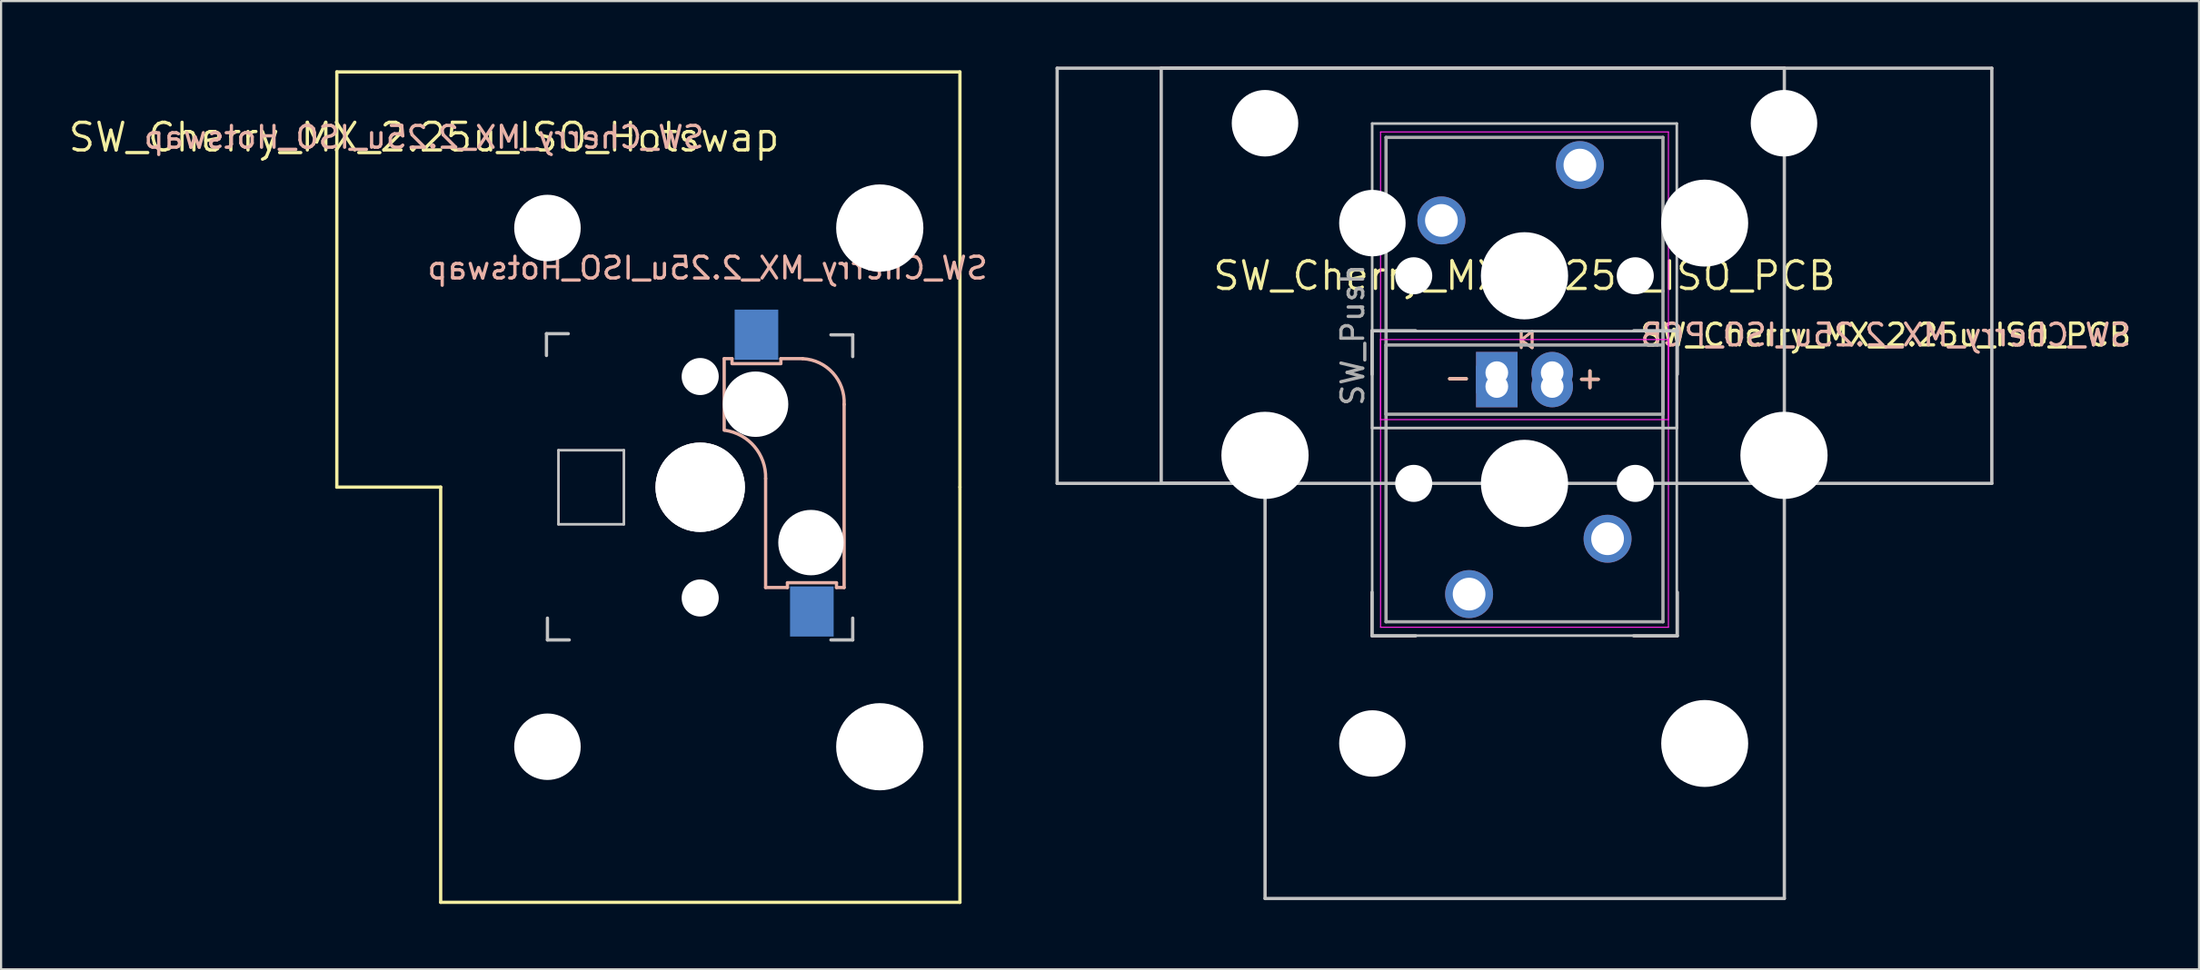
<source format=kicad_pcb>
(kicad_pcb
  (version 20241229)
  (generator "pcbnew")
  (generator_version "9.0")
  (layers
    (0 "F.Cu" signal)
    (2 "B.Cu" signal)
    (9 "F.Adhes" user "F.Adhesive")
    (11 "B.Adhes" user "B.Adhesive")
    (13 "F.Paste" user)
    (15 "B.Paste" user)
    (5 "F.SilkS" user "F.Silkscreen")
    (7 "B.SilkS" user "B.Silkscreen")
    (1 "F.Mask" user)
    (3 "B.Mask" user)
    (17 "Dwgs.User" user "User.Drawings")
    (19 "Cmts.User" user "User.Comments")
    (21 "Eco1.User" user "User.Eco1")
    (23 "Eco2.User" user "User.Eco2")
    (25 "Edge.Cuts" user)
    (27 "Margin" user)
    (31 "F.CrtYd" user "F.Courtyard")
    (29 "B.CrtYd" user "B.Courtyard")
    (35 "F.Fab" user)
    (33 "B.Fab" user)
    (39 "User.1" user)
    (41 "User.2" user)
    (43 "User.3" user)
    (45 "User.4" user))
  (footprint "SW_Cherry_MX_2.25u_ISO_PCB"
    (layer "F.Cu")
    (at 66.861 9.604)
    (property "Reference" "SW_Cherry_MX_2.25u_ISO_PCB" (at 0 0 0) (layer "F.SilkS") (effects (font (size 1.27 1.27) (thickness 0.15))))
    (attr through_hole)
    (fp_line (start -0.15 2.95) (end 0.35 3.3) (stroke (width 0.12) (type solid)) (layer "F.SilkS"))
    (fp_line (start -0.15 3.3) (end -0.15 2.55) (stroke (width 0.12) (type solid)) (layer "F.SilkS"))
    (fp_line (start 0.35 2.55) (end -0.15 2.95) (stroke (width 0.12) (type solid)) (layer "F.SilkS"))
    (fp_line (start 0.35 3.3) (end 0.35 2.55) (stroke (width 0.12) (type solid)) (layer "F.SilkS"))
    (fp_line (start -0.15 2.95) (end 0.35 3.3) (stroke (width 0.12) (type solid)) (layer "B.SilkS"))
    (fp_line (start -0.15 3.3) (end -0.15 2.55) (stroke (width 0.12) (type solid)) (layer "B.SilkS"))
    (fp_line (start 0.35 2.55) (end -0.15 2.95) (stroke (width 0.12) (type solid)) (layer "B.SilkS"))
    (fp_line (start 0.35 3.3) (end 0.35 2.55) (stroke (width 0.12) (type solid)) (layer "B.SilkS"))
    (fp_line (start -21.431 -9.525) (end 21.431 -9.525) (stroke (width 0.15) (type solid)) (layer "Dwgs.User"))
    (fp_line (start -21.431 9.525) (end -21.431 -9.525) (stroke (width 0.15) (type solid)) (layer "Dwgs.User"))
    (fp_line (start -16.659 -9.529) (end -16.659 9.521) (stroke (width 0.15) (type solid)) (layer "Dwgs.User"))
    (fp_line (start -16.659 -9.529) (end 11.916 -9.529) (stroke (width 0.15) (type solid)) (layer "Dwgs.User"))
    (fp_line (start -11.897 9.521) (end -16.659 9.521) (stroke (width 0.15) (type solid)) (layer "Dwgs.User"))
    (fp_line (start -11.897 28.571) (end -11.897 9.521) (stroke (width 0.15) (type solid)) (layer "Dwgs.User"))
    (fp_line (start -11.897 28.571) (end 11.916 28.571) (stroke (width 0.15) (type solid)) (layer "Dwgs.User"))
    (fp_line (start -6.991 2.521) (end -6.991 4.521) (stroke (width 0.15) (type solid)) (layer "Dwgs.User"))
    (fp_line (start -6.991 14.521) (end -6.991 16.521) (stroke (width 0.15) (type solid)) (layer "Dwgs.User"))
    (fp_line (start -6.991 16.521) (end -4.991 16.521) (stroke (width 0.15) (type solid)) (layer "Dwgs.User"))
    (fp_line (start -6.985 -6.985) (end 6.985 -6.985) (stroke (width 0.12) (type solid)) (layer "Dwgs.User"))
    (fp_line (start -6.985 2.54) (end 6.985 2.54) (stroke (width 0.12) (type solid)) (layer "Dwgs.User"))
    (fp_line (start -6.985 6.985) (end -6.985 -6.985) (stroke (width 0.12) (type solid)) (layer "Dwgs.User"))
    (fp_line (start -6.985 16.51) (end -6.985 2.54) (stroke (width 0.12) (type solid)) (layer "Dwgs.User"))
    (fp_line (start -4.991 2.521) (end -6.991 2.521) (stroke (width 0.15) (type solid)) (layer "Dwgs.User"))
    (fp_line (start 5.009 2.521) (end 7.009 2.521) (stroke (width 0.15) (type solid)) (layer "Dwgs.User"))
    (fp_line (start 5.009 16.521) (end 7.009 16.521) (stroke (width 0.15) (type solid)) (layer "Dwgs.User"))
    (fp_line (start 6.985 -6.985) (end 6.985 6.985) (stroke (width 0.12) (type solid)) (layer "Dwgs.User"))
    (fp_line (start 6.985 2.54) (end 6.985 16.51) (stroke (width 0.12) (type solid)) (layer "Dwgs.User"))
    (fp_line (start 6.985 6.985) (end -6.985 6.985) (stroke (width 0.12) (type solid)) (layer "Dwgs.User"))
    (fp_line (start 6.985 16.51) (end -6.985 16.51) (stroke (width 0.12) (type solid)) (layer "Dwgs.User"))
    (fp_line (start 7.009 2.521) (end 7.009 4.521) (stroke (width 0.15) (type solid)) (layer "Dwgs.User"))
    (fp_line (start 7.009 16.521) (end 7.009 14.521) (stroke (width 0.15) (type solid)) (layer "Dwgs.User"))
    (fp_line (start 11.916 -9.529) (end 11.916 28.571) (stroke (width 0.15) (type solid)) (layer "Dwgs.User"))
    (fp_line (start 21.431 -9.525) (end 21.431 9.525) (stroke (width 0.15) (type solid)) (layer "Dwgs.User"))
    (fp_line (start 21.431 9.525) (end -21.431 9.525) (stroke (width 0.15) (type solid)) (layer "Dwgs.User"))
    (fp_line (start -16.129 -2.286) (end -15.265 -2.286) (stroke (width 0.05) (type solid)) (layer "Eco1.User"))
    (fp_line (start -16.129 0.508) (end -16.129 -2.286) (stroke (width 0.05) (type solid)) (layer "Eco1.User"))
    (fp_line (start -15.265 -5.69) (end -8.611 -5.69) (stroke (width 0.05) (type solid)) (layer "Eco1.User"))
    (fp_line (start -15.265 -2.286) (end -15.265 -5.69) (stroke (width 0.05) (type solid)) (layer "Eco1.User"))
    (fp_line (start -15.265 0.508) (end -16.129 0.508) (stroke (width 0.05) (type solid)) (layer "Eco1.User"))
    (fp_line (start -15.265 6.604) (end -15.265 0.508) (stroke (width 0.05) (type solid)) (layer "Eco1.User"))
    (fp_line (start -14.224 6.604) (end -15.265 6.604) (stroke (width 0.05) (type solid)) (layer "Eco1.User"))
    (fp_line (start -14.224 7.772) (end -14.224 6.604) (stroke (width 0.05) (type solid)) (layer "Eco1.User"))
    (fp_line (start -9.652 6.604) (end -9.652 7.772) (stroke (width 0.05) (type solid)) (layer "Eco1.User"))
    (fp_line (start -9.652 7.772) (end -14.224 7.772) (stroke (width 0.05) (type solid)) (layer "Eco1.User"))
    (fp_line (start -8.611 -5.69) (end -8.611 -4.877) (stroke (width 0.05) (type solid)) (layer "Eco1.User"))
    (fp_line (start -8.611 -4.877) (end -6.985 -4.877) (stroke (width 0.05) (type solid)) (layer "Eco1.User"))
    (fp_line (start -8.611 5.817) (end -8.611 6.604) (stroke (width 0.05) (type solid)) (layer "Eco1.User"))
    (fp_line (start -8.611 6.604) (end -9.652 6.604) (stroke (width 0.05) (type solid)) (layer "Eco1.User"))
    (fp_line (start -6.985 -6.985) (end 7 -6.985) (stroke (width 0.05) (type solid)) (layer "Eco1.User"))
    (fp_line (start -6.985 -4.877) (end -6.985 -6.985) (stroke (width 0.05) (type solid)) (layer "Eco1.User"))
    (fp_line (start -6.985 5.817) (end -8.611 5.817) (stroke (width 0.05) (type solid)) (layer "Eco1.User"))
    (fp_line (start -6.985 16.51) (end -6.985 5.817) (stroke (width 0.05) (type solid)) (layer "Eco1.User"))
    (fp_line (start -5.69 18.136) (end -4.877 18.136) (stroke (width 0.05) (type solid)) (layer "Eco1.User"))
    (fp_line (start -5.69 24.79) (end -5.69 18.136) (stroke (width 0.05) (type solid)) (layer "Eco1.User"))
    (fp_line (start -4.877 16.51) (end -6.985 16.51) (stroke (width 0.05) (type solid)) (layer "Eco1.User"))
    (fp_line (start -4.877 18.136) (end -4.877 16.51) (stroke (width 0.05) (type solid)) (layer "Eco1.User"))
    (fp_line (start -2.286 24.79) (end -5.69 24.79) (stroke (width 0.05) (type solid)) (layer "Eco1.User"))
    (fp_line (start -2.286 25.654) (end -2.286 24.79) (stroke (width 0.05) (type solid)) (layer "Eco1.User"))
    (fp_line (start 0.508 24.79) (end 0.508 25.654) (stroke (width 0.05) (type solid)) (layer "Eco1.User"))
    (fp_line (start 0.508 25.654) (end -2.286 25.654) (stroke (width 0.05) (type solid)) (layer "Eco1.User"))
    (fp_line (start 5.817 16.51) (end 5.817 18.136) (stroke (width 0.05) (type solid)) (layer "Eco1.User"))
    (fp_line (start 5.817 18.136) (end 6.604 18.136) (stroke (width 0.05) (type solid)) (layer "Eco1.User"))
    (fp_line (start 6.604 18.136) (end 6.604 19.177) (stroke (width 0.05) (type solid)) (layer "Eco1.User"))
    (fp_line (start 6.604 19.177) (end 7.772 19.177) (stroke (width 0.05) (type solid)) (layer "Eco1.User"))
    (fp_line (start 6.604 23.749) (end 6.604 24.79) (stroke (width 0.05) (type solid)) (layer "Eco1.User"))
    (fp_line (start 6.604 24.79) (end 0.508 24.79) (stroke (width 0.05) (type solid)) (layer "Eco1.User"))
    (fp_line (start 7 -6.985) (end 7 -4.877) (stroke (width 0.05) (type solid)) (layer "Eco1.User"))
    (fp_line (start 7 -4.877) (end 8.611 -4.877) (stroke (width 0.05) (type solid)) (layer "Eco1.User"))
    (fp_line (start 7 5.817) (end 7 16.51) (stroke (width 0.05) (type solid)) (layer "Eco1.User"))
    (fp_line (start 7 16.51) (end 5.817 16.51) (stroke (width 0.05) (type solid)) (layer "Eco1.User"))
    (fp_line (start 7.772 19.177) (end 7.772 23.749) (stroke (width 0.05) (type solid)) (layer "Eco1.User"))
    (fp_line (start 7.772 23.749) (end 6.604 23.749) (stroke (width 0.05) (type solid)) (layer "Eco1.User"))
    (fp_line (start 8.611 -5.69) (end 15.265 -5.69) (stroke (width 0.05) (type solid)) (layer "Eco1.User"))
    (fp_line (start 8.611 -4.877) (end 8.611 -5.69) (stroke (width 0.05) (type solid)) (layer "Eco1.User"))
    (fp_line (start 8.611 5.817) (end 7 5.817) (stroke (width 0.05) (type solid)) (layer "Eco1.User"))
    (fp_line (start 8.611 6.604) (end 8.611 5.817) (stroke (width 0.05) (type solid)) (layer "Eco1.User"))
    (fp_line (start 9.652 6.604) (end 8.611 6.604) (stroke (width 0.05) (type solid)) (layer "Eco1.User"))
    (fp_line (start 9.652 7.772) (end 9.652 6.604) (stroke (width 0.05) (type solid)) (layer "Eco1.User"))
    (fp_line (start 14.224 6.604) (end 14.224 7.772) (stroke (width 0.05) (type solid)) (layer "Eco1.User"))
    (fp_line (start 14.224 7.772) (end 9.652 7.772) (stroke (width 0.05) (type solid)) (layer "Eco1.User"))
    (fp_line (start 15.265 -5.69) (end 15.265 -2.286) (stroke (width 0.05) (type solid)) (layer "Eco1.User"))
    (fp_line (start 15.265 -2.286) (end 16.129 -2.286) (stroke (width 0.05) (type solid)) (layer "Eco1.User"))
    (fp_line (start 15.265 0.508) (end 15.265 6.604) (stroke (width 0.05) (type solid)) (layer "Eco1.User"))
    (fp_line (start 15.265 6.604) (end 14.224 6.604) (stroke (width 0.05) (type solid)) (layer "Eco1.User"))
    (fp_line (start 16.129 -2.286) (end 16.129 0.508) (stroke (width 0.05) (type solid)) (layer "Eco1.User"))
    (fp_line (start 16.129 0.508) (end 15.265 0.508) (stroke (width 0.05) (type solid)) (layer "Eco1.User"))
    (fp_line (start -6.6 -6.6) (end 6.6 -6.6) (stroke (width 0.05) (type solid)) (layer "F.CrtYd"))
    (fp_line (start -6.6 2.925) (end 6.6 2.925) (stroke (width 0.05) (type solid)) (layer "F.CrtYd"))
    (fp_line (start -6.6 6.6) (end -6.6 -6.6) (stroke (width 0.05) (type solid)) (layer "F.CrtYd"))
    (fp_line (start -6.6 16.125) (end -6.6 2.925) (stroke (width 0.05) (type solid)) (layer "F.CrtYd"))
    (fp_line (start 6.6 -6.6) (end 6.6 6.6) (stroke (width 0.05) (type solid)) (layer "F.CrtYd"))
    (fp_line (start 6.6 2.925) (end 6.6 16.125) (stroke (width 0.05) (type solid)) (layer "F.CrtYd"))
    (fp_line (start 6.6 6.6) (end -6.6 6.6) (stroke (width 0.05) (type solid)) (layer "F.CrtYd"))
    (fp_line (start 6.6 16.125) (end -6.6 16.125) (stroke (width 0.05) (type solid)) (layer "F.CrtYd"))
    (fp_line (start -6.35 -6.35) (end 6.35 -6.35) (stroke (width 0.15) (type solid)) (layer "F.Fab"))
    (fp_line (start -6.35 3.175) (end 6.35 3.175) (stroke (width 0.15) (type solid)) (layer "F.Fab"))
    (fp_line (start -6.35 6.35) (end -6.35 -6.35) (stroke (width 0.15) (type solid)) (layer "F.Fab"))
    (fp_line (start -6.35 15.875) (end -6.35 3.175) (stroke (width 0.15) (type solid)) (layer "F.Fab"))
    (fp_line (start 6.35 -6.35) (end 6.35 6.35) (stroke (width 0.15) (type solid)) (layer "F.Fab"))
    (fp_line (start 6.35 3.175) (end 6.35 15.875) (stroke (width 0.15) (type solid)) (layer "F.Fab"))
    (fp_line (start 6.35 6.35) (end -6.35 6.35) (stroke (width 0.15) (type solid)) (layer "F.Fab"))
    (fp_line (start 6.35 15.875) (end -6.35 15.875) (stroke (width 0.15) (type solid)) (layer "F.Fab"))
    (fp_text user "${REFERENCE}" (at 16.57 2.714 0) (layer "F.SilkS") (effects (font (size 1 1) (thickness 0.15))))
    (fp_text user "-" (at -3.05 4.65 0) (layer "F.SilkS") (effects (font (size 1 1) (thickness 0.15))))
    (fp_text user "+" (at 3 4.675 0) (layer "F.SilkS") (effects (font (size 1 1) (thickness 0.15))))
    (fp_text user "-" (at -3.05 4.65 0) (layer "B.SilkS") (effects (font (size 1 1) (thickness 0.15))))
    (fp_text user "+" (at 3 4.675 0) (layer "B.SilkS") (effects (font (size 1 1) (thickness 0.15))))
    (fp_text user "${REFERENCE}" (at 16.57 2.714 0) (layer "B.SilkS") (effects (font (size 1 1) (thickness 0.15)) (justify mirror)))
    (fp_text user "SW_Push" (at -7.874 2.718 90) (layer "F.Fab") (effects (font (size 1 1) (thickness 0.15))))
    (pad "" np_thru_hole circle (at -11.9 -7) (size 3.05 3.05) (drill 3.05) (layers "*.Cu" "*.Mask"))
    (pad "" np_thru_hole circle (at -11.9 8.24) (size 4 4) (drill 4) (layers "*.Cu" "*.Mask"))
    (pad "" np_thru_hole circle (at -6.976 -2.417) (size 3.048 3.048) (drill 3.048) (layers "*.Cu" "*.Mask"))
    (pad "" np_thru_hole circle (at -6.976 21.459) (size 3.048 3.048) (drill 3.048) (layers "*.Cu" "*.Mask"))
    (pad "" np_thru_hole circle (at -5.08 0) (size 1.7 1.7) (drill 1.7) (layers "*.Cu" "*.Mask"))
    (pad "" np_thru_hole circle (at -5.08 9.525 180) (size 1.7 1.7) (drill 1.7) (layers "*.Cu" "*.Mask"))
    (pad "" np_thru_hole circle (at 0 0) (size 4 4) (drill 4) (layers "*.Cu" "*.Mask"))
    (pad "" np_thru_hole circle (at 0 9.525 180) (size 4 4) (drill 4) (layers "*.Cu" "*.Mask"))
    (pad "" np_thru_hole circle (at 5.08 0) (size 1.7 1.7) (drill 1.7) (layers "*.Cu" "*.Mask"))
    (pad "" np_thru_hole circle (at 5.08 9.525 180) (size 1.7 1.7) (drill 1.7) (layers "*.Cu" "*.Mask"))
    (pad "" np_thru_hole circle (at 8.264 -2.417) (size 3.988 3.988) (drill 3.988) (layers "*.Cu" "*.Mask"))
    (pad "" np_thru_hole circle (at 8.264 21.459) (size 3.988 3.988) (drill 3.988) (layers "*.Cu" "*.Mask"))
    (pad "" np_thru_hole circle (at 11.9 -7) (size 3.05 3.05) (drill 3.05) (layers "*.Cu" "*.Mask"))
    (pad "" np_thru_hole circle (at 11.9 8.24) (size 4 4) (drill 4) (layers "*.Cu" "*.Mask"))
    (pad "1" thru_hole circle (at -2.54 14.605 180) (size 2.2 2.2) (drill 1.5) (layers "*.Cu" "*.Mask"))
    (pad "1" thru_hole circle (at 2.54 -5.08) (size 2.2 2.2) (drill 1.5) (layers "*.Cu" "*.Mask"))
    (pad "2" thru_hole circle (at -3.81 -2.54) (size 2.2 2.2) (drill 1.5) (layers "*.Cu" "*.Mask"))
    (pad "2" thru_hole circle (at 3.81 12.065 180) (size 2.2 2.2) (drill 1.5) (layers "*.Cu" "*.Mask"))
    (pad "3" thru_hole circle (at 1.27 4.445 180) (size 1.905 1.905) (drill 1.04) (layers "*.Cu" "*.Mask"))
    (pad "3" thru_hole circle (at 1.27 5.08) (size 1.905 1.905) (drill 1.04) (layers "*.Cu" "*.Mask"))
    (pad "4" thru_hole rect (at -1.27 4.445 180) (size 1.905 1.905) (drill 1.04) (layers "*.Cu" "*.Mask"))
    (pad "4" thru_hole rect (at -1.27 5.08) (size 1.905 1.905) (drill 1.04) (layers "*.Cu" "*.Mask")))
  (footprint "SW_Cherry_MX_2.25u_ISO_Hotswap"
    (layer "F.Cu")
    (at 12.396 0.25)
    (property "Reference" "SW_Cherry_MX_2.25u_ISO_Hotswap" (at 4 3 0) (layer "F.SilkS") (effects (font (size 1.27 1.27) (thickness 0.15))))
    (attr smd)
    (fp_line (start 0 0) (end 28.575 0) (stroke (width 0.15) (type solid)) (layer "F.SilkS"))
    (fp_line (start 0 19.05) (end 0 0) (stroke (width 0.15) (type solid)) (layer "F.SilkS"))
    (fp_line (start 0 19.05) (end 4.763 19.05) (stroke (width 0.15) (type solid)) (layer "F.SilkS"))
    (fp_line (start 4.763 19.05) (end 4.763 38.1) (stroke (width 0.15) (type solid)) (layer "F.SilkS"))
    (fp_line (start 4.763 38.1) (end 28.575 38.1) (stroke (width 0.15) (type solid)) (layer "F.SilkS"))
    (fp_line (start 28.575 0) (end 28.575 19.05) (stroke (width 0.15) (type solid)) (layer "F.SilkS"))
    (fp_line (start 28.575 19.05) (end 28.575 38.1) (stroke (width 0.15) (type solid)) (layer "F.SilkS"))
    (fp_line (start 17.764 13.156) (end 17.764 16.436) (stroke (width 0.15) (type solid)) (layer "B.SilkS"))
    (fp_line (start 17.764 13.156) (end 18.124 13.156) (stroke (width 0.15) (type solid)) (layer "B.SilkS"))
    (fp_line (start 18.124 13.357) (end 18.124 13.156) (stroke (width 0.15) (type solid)) (layer "B.SilkS"))
    (fp_line (start 19.664 18.657) (end 19.664 23.657) (stroke (width 0.15) (type solid)) (layer "B.SilkS"))
    (fp_line (start 19.664 23.657) (end 20.664 23.657) (stroke (width 0.15) (type solid)) (layer "B.SilkS"))
    (fp_line (start 20.364 13.156) (end 20.364 13.357) (stroke (width 0.15) (type solid)) (layer "B.SilkS"))
    (fp_line (start 20.364 13.386) (end 18.124 13.386) (stroke (width 0.15) (type solid)) (layer "B.SilkS"))
    (fp_line (start 20.664 23.436) (end 22.914 23.436) (stroke (width 0.15) (type solid)) (layer "B.SilkS"))
    (fp_line (start 20.664 23.657) (end 20.664 23.456) (stroke (width 0.15) (type solid)) (layer "B.SilkS"))
    (fp_line (start 21.364 13.156) (end 20.364 13.156) (stroke (width 0.15) (type solid)) (layer "B.SilkS"))
    (fp_line (start 22.914 23.456) (end 22.914 23.657) (stroke (width 0.15) (type solid)) (layer "B.SilkS"))
    (fp_line (start 22.914 23.657) (end 23.264 23.657) (stroke (width 0.15) (type solid)) (layer "B.SilkS"))
    (fp_line (start 23.264 23.657) (end 23.264 15.256) (stroke (width 0.15) (type solid)) (layer "B.SilkS"))
    (fp_arc (start 17.785821 16.440182) (mid 19.150468 17.187791) (end 19.66435 18.6565) (stroke (width 0.15) (type solid)) (layer "B.SilkS"))
    (fp_arc (start 21.364349 13.1565) (mid 22.749274 13.812996) (end 23.26435 15.256499) (stroke (width 0.15) (type solid)) (layer "B.SilkS"))
    (fp_line (start 9.614 12.011) (end 9.614 13.011) (stroke (width 0.15) (type solid)) (layer "Dwgs.User"))
    (fp_line (start 9.614 12.011) (end 10.614 12.011) (stroke (width 0.15) (type solid)) (layer "Dwgs.User"))
    (fp_line (start 9.659 26.061) (end 9.659 25.061) (stroke (width 0.15) (type solid)) (layer "Dwgs.User"))
    (fp_line (start 10.164 17.357) (end 13.164 17.357) (stroke (width 0.12) (type solid)) (layer "Dwgs.User"))
    (fp_line (start 10.164 20.756) (end 10.164 17.357) (stroke (width 0.12) (type solid)) (layer "Dwgs.User"))
    (fp_line (start 10.659 26.061) (end 9.659 26.061) (stroke (width 0.15) (type solid)) (layer "Dwgs.User"))
    (fp_line (start 13.164 17.357) (end 13.164 20.756) (stroke (width 0.12) (type solid)) (layer "Dwgs.User"))
    (fp_line (start 13.164 20.756) (end 10.164 20.756) (stroke (width 0.12) (type solid)) (layer "Dwgs.User"))
    (fp_line (start 22.659 26.061) (end 23.659 26.061) (stroke (width 0.15) (type solid)) (layer "Dwgs.User"))
    (fp_line (start 23.659 12.062) (end 22.659 12.062) (stroke (width 0.15) (type solid)) (layer "Dwgs.User"))
    (fp_line (start 23.659 13.062) (end 23.659 12.062) (stroke (width 0.15) (type solid)) (layer "Dwgs.User"))
    (fp_line (start 23.659 26.061) (end 23.659 25.061) (stroke (width 0.15) (type solid)) (layer "Dwgs.User"))
    (fp_line (start 9.614 12.007) (end 10.614 12.007) (stroke (width 0.05) (type solid)) (layer "Eco1.User"))
    (fp_line (start 9.614 26.107) (end 9.614 12.007) (stroke (width 0.05) (type solid)) (layer "Eco1.User"))
    (fp_line (start 9.614 26.107) (end 10.614 26.107) (stroke (width 0.05) (type solid)) (layer "Eco1.User"))
    (fp_line (start 10.614 12.007) (end 10.614 3.557) (stroke (width 0.05) (type solid)) (layer "Eco1.User"))
    (fp_line (start 10.614 34.556) (end 10.614 26.107) (stroke (width 0.05) (type solid)) (layer "Eco1.User"))
    (fp_line (start 23.714 19.056) (end 23.714 10.556) (stroke (width 0.05) (type default)) (layer "Eco1.User"))
    (fp_line (start 23.714 19.056) (end 23.714 27.556) (stroke (width 0.05) (type solid)) (layer "Eco1.User"))
    (fp_line (start 23.714 27.556) (end 25.714 27.556) (stroke (width 0.05) (type solid)) (layer "Eco1.User"))
    (fp_line (start 25.714 3.557) (end 10.614 3.557) (stroke (width 0.05) (type solid)) (layer "Eco1.User"))
    (fp_line (start 25.714 10.556) (end 23.714 10.556) (stroke (width 0.05) (type solid)) (layer "Eco1.User"))
    (fp_line (start 25.714 10.556) (end 25.714 3.557) (stroke (width 0.05) (type solid)) (layer "Eco1.User"))
    (fp_line (start 25.714 27.556) (end 25.714 34.556) (stroke (width 0.05) (type solid)) (layer "Eco1.User"))
    (fp_line (start 25.714 34.556) (end 10.614 34.556) (stroke (width 0.05) (type solid)) (layer "Eco1.User"))
    (fp_text user "${REFERENCE}" (at 4 3 0) (layer "B.SilkS") (effects (font (size 1 1) (thickness 0.15)) (justify mirror)))
    (fp_text user "${REFERENCE}" (at 17 9 0) (layer "B.SilkS") (effects (font (size 1 1) (thickness 0.15)) (justify mirror)))
    (pad "" np_thru_hole circle (at 9.659 7.162 90) (size 3.05 3.05) (drill 3.05) (layers "*.Cu" "*.Mask"))
    (pad "" np_thru_hole circle (at 9.659 30.962 90) (size 3.05 3.05) (drill 3.05) (layers "*.Cu" "*.Mask"))
    (pad "" np_thru_hole circle (at 16.664 13.976 270) (size 1.7 1.7) (drill 1.7) (layers "*.Cu" "*.Mask"))
    (pad "" np_thru_hole circle (at 16.664 19.056) (size 4.1 4.1) (drill 4.1) (layers "*.Cu" "*.Mask"))
    (pad "" np_thru_hole circle (at 16.664 19.056 90) (size 4.1 4.1) (drill 4.1) (layers "*.Cu" "*.Mask"))
    (pad "" np_thru_hole circle (at 16.664 24.137 270) (size 1.7 1.7) (drill 1.7) (layers "*.Cu" "*.Mask"))
    (pad "" np_thru_hole circle (at 19.204 15.246 90) (size 3 3) (drill 3) (layers "*.Cu" "*.Mask"))
    (pad "" np_thru_hole circle (at 21.744 21.596 90) (size 3 3) (drill 3) (layers "*.Cu" "*.Mask"))
    (pad "" np_thru_hole circle (at 24.899 7.162 90) (size 4 4) (drill 4) (layers "*.Cu" "*.Mask"))
    (pad "" np_thru_hole circle (at 24.899 30.962 90) (size 4 4) (drill 4) (layers "*.Cu" "*.Mask"))
    (pad "1" smd rect (at 19.244 12.056 90) (size 2.3 2) (layers "B.Cu" "B.Mask" "B.Paste"))
    (pad "2" smd rect (at 21.784 24.756 90) (size 2.3 2) (layers "B.Cu" "B.Mask" "B.Paste")))
  (gr_rect
    (start -3 -3)
    (end 97.794 41.425)
    (stroke (width 0.1) (type default))
    (fill no)
    (layer "Edge.Cuts")))
</source>
